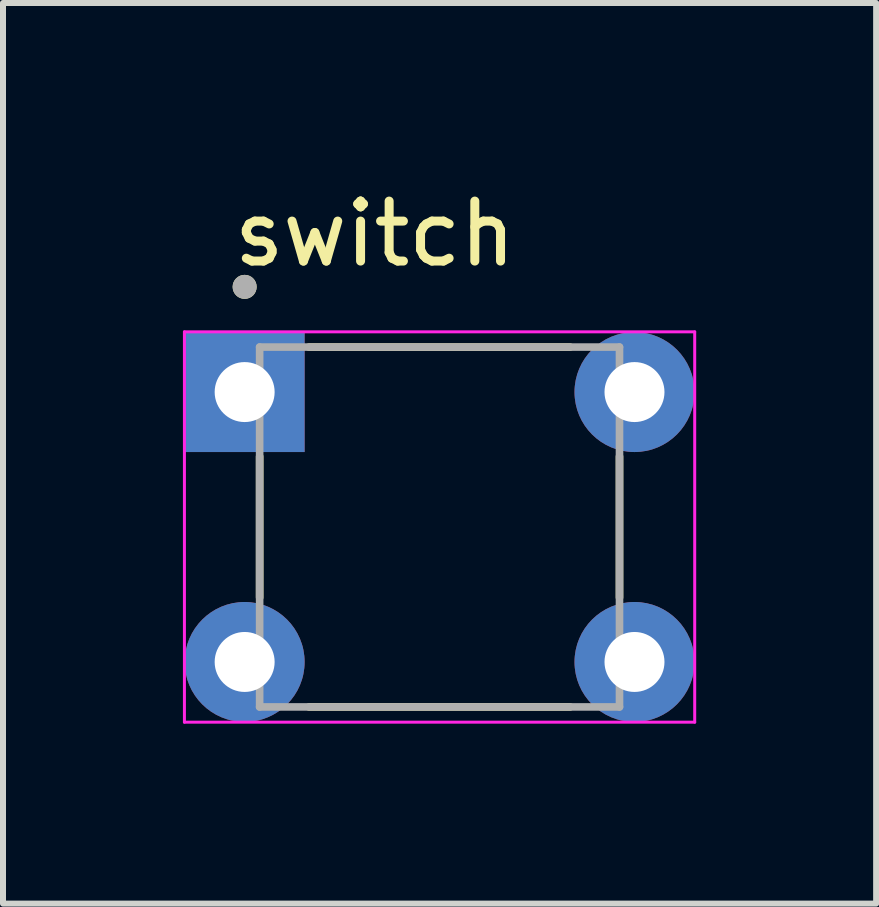
<source format=kicad_pcb>
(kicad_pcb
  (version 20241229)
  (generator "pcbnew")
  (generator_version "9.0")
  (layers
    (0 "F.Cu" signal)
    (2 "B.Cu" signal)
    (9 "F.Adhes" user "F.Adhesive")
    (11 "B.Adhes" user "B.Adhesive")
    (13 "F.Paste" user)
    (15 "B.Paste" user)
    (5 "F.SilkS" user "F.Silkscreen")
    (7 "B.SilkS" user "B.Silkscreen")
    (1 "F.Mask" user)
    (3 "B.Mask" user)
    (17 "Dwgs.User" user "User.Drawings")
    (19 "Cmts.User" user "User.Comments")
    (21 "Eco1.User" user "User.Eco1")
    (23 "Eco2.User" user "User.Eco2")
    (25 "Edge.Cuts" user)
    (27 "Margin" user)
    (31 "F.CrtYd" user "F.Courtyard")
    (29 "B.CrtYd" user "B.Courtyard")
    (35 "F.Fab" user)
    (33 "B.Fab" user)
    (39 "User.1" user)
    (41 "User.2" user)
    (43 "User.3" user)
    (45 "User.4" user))
  (footprint "switch"
    (layer "F.Cu")
    (at 4.279 5.737)
    (property "Reference" "switch" (at -1.079 -4.889 0) (layer "F.SilkS") (effects (font (size 1 1) (thickness 0.15))))
    (attr through_hole)
    (fp_line (start -3 -1.176) (end -3 1.176) (stroke (width 0.127) (type solid)) (layer "F.SilkS"))
    (fp_line (start -2.176 -3) (end 2.176 -3) (stroke (width 0.127) (type solid)) (layer "F.SilkS"))
    (fp_line (start -2.176 3) (end 2.176 3) (stroke (width 0.127) (type solid)) (layer "F.SilkS"))
    (fp_line (start 3 -1.176) (end 3 1.176) (stroke (width 0.127) (type solid)) (layer "F.SilkS"))
    (fp_circle (center -3.25 -4.004) (end -3.15 -4.004) (stroke (width 0.2) (type solid)) (fill no) (layer "F.SilkS"))
    (fp_line (start -4.254 -3.254) (end -4.254 3.254) (stroke (width 0.05) (type solid)) (layer "F.CrtYd"))
    (fp_line (start -4.254 3.254) (end 4.254 3.254) (stroke (width 0.05) (type solid)) (layer "F.CrtYd"))
    (fp_line (start 4.254 -3.254) (end -4.254 -3.254) (stroke (width 0.05) (type solid)) (layer "F.CrtYd"))
    (fp_line (start 4.254 3.254) (end 4.254 -3.254) (stroke (width 0.05) (type solid)) (layer "F.CrtYd"))
    (fp_line (start -3 -3) (end 3 -3) (stroke (width 0.127) (type solid)) (layer "F.Fab"))
    (fp_line (start -3 3) (end -3 -3) (stroke (width 0.127) (type solid)) (layer "F.Fab"))
    (fp_line (start 3 -3) (end 3 3) (stroke (width 0.127) (type solid)) (layer "F.Fab"))
    (fp_line (start 3 3) (end -3 3) (stroke (width 0.127) (type solid)) (layer "F.Fab"))
    (fp_circle (center -3.25 -4.004) (end -3.15 -4.004) (stroke (width 0.2) (type solid)) (fill no) (layer "F.Fab"))
    (pad "1" thru_hole rect (at -3.25 -2.25) (size 2 2) (drill 1) (layers "*.Cu" "*.Mask"))
    (pad "2" thru_hole circle (at 3.25 -2.25) (size 2 2) (drill 1) (layers "*.Cu" "*.Mask"))
    (pad "3" thru_hole circle (at -3.25 2.25) (size 2 2) (drill 1) (layers "*.Cu" "*.Mask"))
    (pad "4" thru_hole circle (at 3.25 2.25) (size 2 2) (drill 1) (layers "*.Cu" "*.Mask")))
  (gr_rect
    (start -3 -3)
    (end 11.558 12.016)
    (stroke (width 0.1) (type default))
    (fill no)
    (layer "Edge.Cuts")))
</source>
